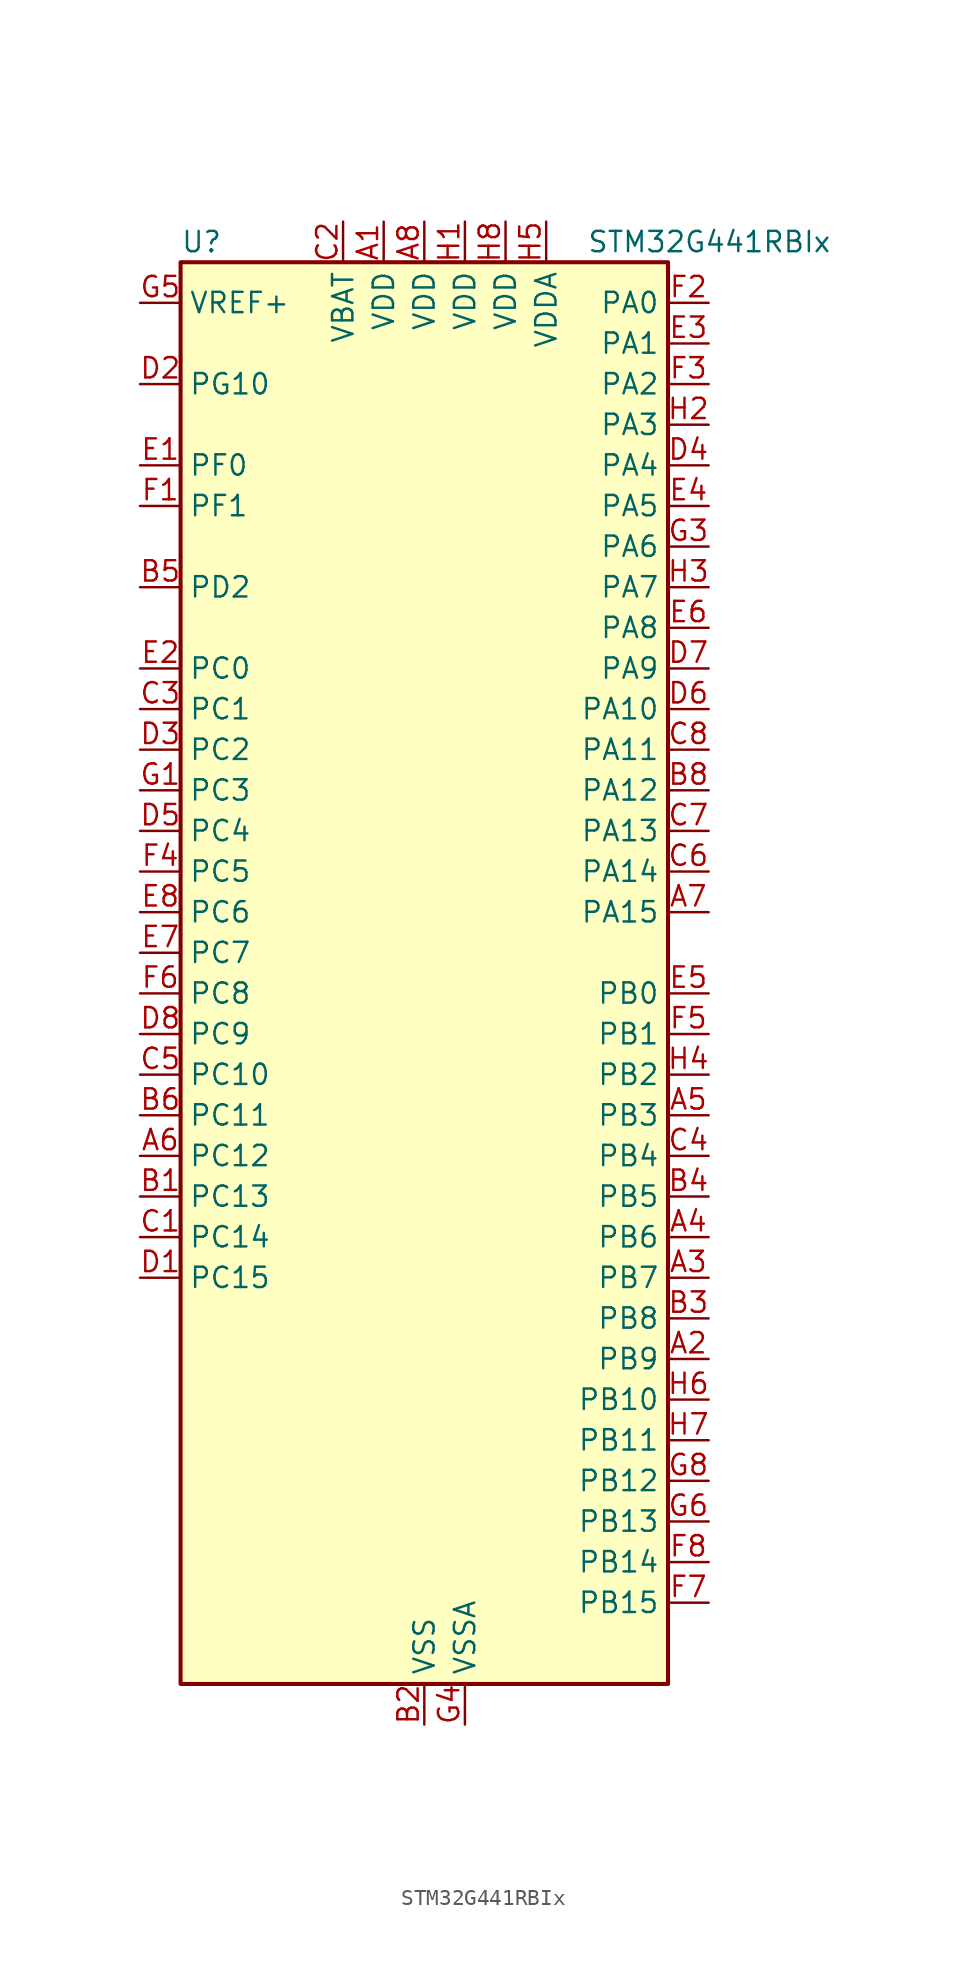
<source format=kicad_sym>
(kicad_symbol_lib
  (version 20231120)
  (generator "kicad_symbol_editor")
  (generator_version "8.0")
  (symbol "STM32G441RBIx"
    (property "Reference" "U"
      (at -15.24 46.99 0)
      (effects (font (size 1.27 1.27)) (justify left)))
    (property "Value" "STM32G441RBIx"
      (at 10.16 46.99 0)
      (effects (font (size 1.27 1.27)) (justify left)))
    (property "ki_locked" ""
      (at 0 0 0)
      (effects (font (size 1.27 1.27))))
    (symbol "STM32G441RBIx_0_1"
      (rectangle (start -15.24 -43.18) (end 15.24 45.72) (stroke (width 0.254) (type default)) (fill (type background))))
    (symbol "STM32G441RBIx_1_1"
      (pin power_in line (at -2.54 48.26 270) (length 2.54) (name "VDD" (effects (font (size 1.27 1.27)))) (number "A1" (effects (font (size 1.27 1.27)))))
      (pin bidirectional line (at 17.78 -22.86 180) (length 2.54) (name "PB9" (effects (font (size 1.27 1.27)))) (number "A2" (effects (font (size 1.27 1.27)))) (alternate "COMP2_OUT" bidirectional line) (alternate "DAC1_EXTI9" bidirectional line) (alternate "DAC3_EXTI9" bidirectional line) (alternate "FDCAN1_TX" bidirectional line) (alternate "I2C1_SDA" bidirectional line) (alternate "IR_OUT" bidirectional line) (alternate "SAI1_D2" bidirectional line) (alternate "SAI1_FS_A" bidirectional line) (alternate "TIM17_CH1" bidirectional line) (alternate "TIM1_CH3N" bidirectional line) (alternate "TIM4_CH4" bidirectional line) (alternate "TIM8_CH3" bidirectional line) (alternate "USART3_TX" bidirectional line))
      (pin bidirectional line (at 17.78 -17.78 180) (length 2.54) (name "PB7" (effects (font (size 1.27 1.27)))) (number "A3" (effects (font (size 1.27 1.27)))) (alternate "COMP3_OUT" bidirectional line) (alternate "I2C1_SDA" bidirectional line) (alternate "LPTIM1_IN2" bidirectional line) (alternate "SYS_PVD_IN" bidirectional line) (alternate "TIM17_CH1N" bidirectional line) (alternate "TIM3_CH4" bidirectional line) (alternate "TIM4_CH2" bidirectional line) (alternate "TIM8_BKIN" bidirectional line) (alternate "UART4_CTS" bidirectional line) (alternate "USART1_RX" bidirectional line))
      (pin bidirectional line (at 17.78 -15.24 180) (length 2.54) (name "PB6" (effects (font (size 1.27 1.27)))) (number "A4" (effects (font (size 1.27 1.27)))) (alternate "COMP4_OUT" bidirectional line) (alternate "LPTIM1_ETR" bidirectional line) (alternate "SAI1_FS_B" bidirectional line) (alternate "TIM16_CH1N" bidirectional line) (alternate "TIM4_CH1" bidirectional line) (alternate "TIM8_BKIN2" bidirectional line) (alternate "TIM8_CH1" bidirectional line) (alternate "TIM8_ETR" bidirectional line) (alternate "UCPD1_CC1" bidirectional line) (alternate "USART1_TX" bidirectional line))
      (pin bidirectional line (at 17.78 -7.62 180) (length 2.54) (name "PB3" (effects (font (size 1.27 1.27)))) (number "A5" (effects (font (size 1.27 1.27)))) (alternate "CRS_SYNC" bidirectional line) (alternate "I2S3_CK" bidirectional line) (alternate "SAI1_SCK_B" bidirectional line) (alternate "SPI1_SCK" bidirectional line) (alternate "SPI3_SCK" bidirectional line) (alternate "SYS_JTDO-SWO" bidirectional line) (alternate "TIM2_CH2" bidirectional line) (alternate "TIM3_ETR" bidirectional line) (alternate "TIM4_ETR" bidirectional line) (alternate "TIM8_CH1N" bidirectional line) (alternate "USART2_TX" bidirectional line))
      (pin bidirectional line (at -17.78 -10.16 0) (length 2.54) (name "PC12" (effects (font (size 1.27 1.27)))) (number "A6" (effects (font (size 1.27 1.27)))) (alternate "I2S3_SD" bidirectional line) (alternate "SPI3_MOSI" bidirectional line) (alternate "TIM8_CH3N" bidirectional line) (alternate "UCPD1_FRSTX1" bidirectional line) (alternate "UCPD1_FRSTX2" bidirectional line) (alternate "USART3_CK" bidirectional line))
      (pin bidirectional line (at 17.78 5.08 180) (length 2.54) (name "PA15" (effects (font (size 1.27 1.27)))) (number "A7" (effects (font (size 1.27 1.27)))) (alternate "ADC1_EXTI15" bidirectional line) (alternate "ADC2_EXTI15" bidirectional line) (alternate "I2C1_SCL" bidirectional line) (alternate "I2S3_WS" bidirectional line) (alternate "SPI1_NSS" bidirectional line) (alternate "SPI3_NSS" bidirectional line) (alternate "SYS_JTDI" bidirectional line) (alternate "TIM1_BKIN" bidirectional line) (alternate "TIM2_CH1" bidirectional line) (alternate "TIM2_ETR" bidirectional line) (alternate "TIM8_CH1" bidirectional line) (alternate "UART4_DE" bidirectional line) (alternate "UART4_RTS" bidirectional line) (alternate "USART2_RX" bidirectional line))
      (pin power_in line (at 0 48.26 270) (length 2.54) (name "VDD" (effects (font (size 1.27 1.27)))) (number "A8" (effects (font (size 1.27 1.27)))))
      (pin bidirectional line (at -17.78 -12.7 0) (length 2.54) (name "PC13" (effects (font (size 1.27 1.27)))) (number "B1" (effects (font (size 1.27 1.27)))) (alternate "RTC_OUT1" bidirectional line) (alternate "RTC_TAMP1" bidirectional line) (alternate "RTC_TS" bidirectional line) (alternate "SYS_WKUP2" bidirectional line) (alternate "TIM1_BKIN" bidirectional line) (alternate "TIM1_CH1N" bidirectional line) (alternate "TIM8_CH4N" bidirectional line))
      (pin power_in line (at 0 -45.72 90) (length 2.54) (name "VSS" (effects (font (size 1.27 1.27)))) (number "B2" (effects (font (size 1.27 1.27)))))
      (pin bidirectional line (at 17.78 -20.32 180) (length 2.54) (name "PB8" (effects (font (size 1.27 1.27)))) (number "B3" (effects (font (size 1.27 1.27)))) (alternate "COMP1_OUT" bidirectional line) (alternate "FDCAN1_RX" bidirectional line) (alternate "I2C1_SCL" bidirectional line) (alternate "SAI1_CK1" bidirectional line) (alternate "SAI1_MCLK_A" bidirectional line) (alternate "TIM16_CH1" bidirectional line) (alternate "TIM1_BKIN" bidirectional line) (alternate "TIM4_CH3" bidirectional line) (alternate "TIM8_CH2" bidirectional line) (alternate "USART3_RX" bidirectional line))
      (pin bidirectional line (at 17.78 -12.7 180) (length 2.54) (name "PB5" (effects (font (size 1.27 1.27)))) (number "B4" (effects (font (size 1.27 1.27)))) (alternate "I2C1_SMBA" bidirectional line) (alternate "I2C3_SDA" bidirectional line) (alternate "I2S3_SD" bidirectional line) (alternate "LPTIM1_IN1" bidirectional line) (alternate "SAI1_SD_B" bidirectional line) (alternate "SPI1_MOSI" bidirectional line) (alternate "SPI3_MOSI" bidirectional line) (alternate "TIM16_BKIN" bidirectional line) (alternate "TIM17_CH1" bidirectional line) (alternate "TIM3_CH2" bidirectional line) (alternate "TIM8_CH3N" bidirectional line) (alternate "USART2_CK" bidirectional line))
      (pin bidirectional line (at -17.78 25.4 0) (length 2.54) (name "PD2" (effects (font (size 1.27 1.27)))) (number "B5" (effects (font (size 1.27 1.27)))) (alternate "TIM3_ETR" bidirectional line) (alternate "TIM8_BKIN" bidirectional line))
      (pin bidirectional line (at -17.78 -7.62 0) (length 2.54) (name "PC11" (effects (font (size 1.27 1.27)))) (number "B6" (effects (font (size 1.27 1.27)))) (alternate "ADC1_EXTI11" bidirectional line) (alternate "ADC2_EXTI11" bidirectional line) (alternate "I2C3_SDA" bidirectional line) (alternate "SPI3_MISO" bidirectional line) (alternate "TIM8_CH2N" bidirectional line) (alternate "UART4_RX" bidirectional line) (alternate "USART3_RX" bidirectional line))
      (pin passive line (at 0 -45.72 90) (length 2.54) hide (name "VSS" (effects (font (size 1.27 1.27)))) (number "B7" (effects (font (size 1.27 1.27)))))
      (pin bidirectional line (at 17.78 12.7 180) (length 2.54) (name "PA12" (effects (font (size 1.27 1.27)))) (number "B8" (effects (font (size 1.27 1.27)))) (alternate "COMP2_OUT" bidirectional line) (alternate "FDCAN1_TX" bidirectional line) (alternate "I2S_CKIN" bidirectional line) (alternate "TIM16_CH1" bidirectional line) (alternate "TIM1_CH2N" bidirectional line) (alternate "TIM1_ETR" bidirectional line) (alternate "TIM4_CH2" bidirectional line) (alternate "USART1_DE" bidirectional line) (alternate "USART1_RTS" bidirectional line) (alternate "USB_DP" bidirectional line))
      (pin bidirectional line (at -17.78 -15.24 0) (length 2.54) (name "PC14" (effects (font (size 1.27 1.27)))) (number "C1" (effects (font (size 1.27 1.27)))) (alternate "RCC_OSC32_IN" bidirectional line))
      (pin power_in line (at -5.08 48.26 270) (length 2.54) (name "VBAT" (effects (font (size 1.27 1.27)))) (number "C2" (effects (font (size 1.27 1.27)))))
      (pin bidirectional line (at -17.78 17.78 0) (length 2.54) (name "PC1" (effects (font (size 1.27 1.27)))) (number "C3" (effects (font (size 1.27 1.27)))) (alternate "ADC1_IN7" bidirectional line) (alternate "ADC2_IN7" bidirectional line) (alternate "COMP3_INP" bidirectional line) (alternate "LPTIM1_OUT" bidirectional line) (alternate "LPUART1_TX" bidirectional line) (alternate "SAI1_SD_A" bidirectional line) (alternate "TIM1_CH2" bidirectional line))
      (pin bidirectional line (at 17.78 -10.16 180) (length 2.54) (name "PB4" (effects (font (size 1.27 1.27)))) (number "C4" (effects (font (size 1.27 1.27)))) (alternate "SAI1_MCLK_B" bidirectional line) (alternate "SPI1_MISO" bidirectional line) (alternate "SPI3_MISO" bidirectional line) (alternate "SYS_JTRST" bidirectional line) (alternate "TIM16_CH1" bidirectional line) (alternate "TIM17_BKIN" bidirectional line) (alternate "TIM3_CH1" bidirectional line) (alternate "TIM8_CH2N" bidirectional line) (alternate "UCPD1_CC2" bidirectional line) (alternate "USART2_RX" bidirectional line))
      (pin bidirectional line (at -17.78 -5.08 0) (length 2.54) (name "PC10" (effects (font (size 1.27 1.27)))) (number "C5" (effects (font (size 1.27 1.27)))) (alternate "DAC1_EXTI10" bidirectional line) (alternate "DAC3_EXTI10" bidirectional line) (alternate "I2S3_CK" bidirectional line) (alternate "SPI3_SCK" bidirectional line) (alternate "TIM8_CH1N" bidirectional line) (alternate "UART4_TX" bidirectional line) (alternate "USART3_TX" bidirectional line))
      (pin bidirectional line (at 17.78 7.62 180) (length 2.54) (name "PA14" (effects (font (size 1.27 1.27)))) (number "C6" (effects (font (size 1.27 1.27)))) (alternate "I2C1_SDA" bidirectional line) (alternate "LPTIM1_OUT" bidirectional line) (alternate "SAI1_FS_B" bidirectional line) (alternate "SYS_JTCK-SWCLK" bidirectional line) (alternate "TIM1_BKIN" bidirectional line) (alternate "TIM8_CH2" bidirectional line) (alternate "USART2_TX" bidirectional line))
      (pin bidirectional line (at 17.78 10.16 180) (length 2.54) (name "PA13" (effects (font (size 1.27 1.27)))) (number "C7" (effects (font (size 1.27 1.27)))) (alternate "I2C1_SCL" bidirectional line) (alternate "IR_OUT" bidirectional line) (alternate "SAI1_SD_B" bidirectional line) (alternate "SYS_JTMS-SWDIO" bidirectional line) (alternate "TIM16_CH1N" bidirectional line) (alternate "TIM4_CH3" bidirectional line) (alternate "USART3_CTS" bidirectional line) (alternate "USART3_NSS" bidirectional line))
      (pin bidirectional line (at 17.78 15.24 180) (length 2.54) (name "PA11" (effects (font (size 1.27 1.27)))) (number "C8" (effects (font (size 1.27 1.27)))) (alternate "ADC1_EXTI11" bidirectional line) (alternate "ADC2_EXTI11" bidirectional line) (alternate "COMP1_OUT" bidirectional line) (alternate "FDCAN1_RX" bidirectional line) (alternate "I2S2_SD" bidirectional line) (alternate "SPI2_MOSI" bidirectional line) (alternate "TIM1_BKIN2" bidirectional line) (alternate "TIM1_CH1N" bidirectional line) (alternate "TIM1_CH4" bidirectional line) (alternate "TIM4_CH1" bidirectional line) (alternate "USART1_CTS" bidirectional line) (alternate "USART1_NSS" bidirectional line) (alternate "USB_DM" bidirectional line))
      (pin bidirectional line (at -17.78 -17.78 0) (length 2.54) (name "PC15" (effects (font (size 1.27 1.27)))) (number "D1" (effects (font (size 1.27 1.27)))) (alternate "ADC1_EXTI15" bidirectional line) (alternate "ADC2_EXTI15" bidirectional line) (alternate "RCC_OSC32_OUT" bidirectional line))
      (pin bidirectional line (at -17.78 38.1 0) (length 2.54) (name "PG10" (effects (font (size 1.27 1.27)))) (number "D2" (effects (font (size 1.27 1.27)))) (alternate "DAC1_EXTI10" bidirectional line) (alternate "DAC3_EXTI10" bidirectional line) (alternate "RCC_MCO" bidirectional line))
      (pin bidirectional line (at -17.78 15.24 0) (length 2.54) (name "PC2" (effects (font (size 1.27 1.27)))) (number "D3" (effects (font (size 1.27 1.27)))) (alternate "ADC1_IN8" bidirectional line) (alternate "ADC2_IN8" bidirectional line) (alternate "COMP3_OUT" bidirectional line) (alternate "LPTIM1_IN2" bidirectional line) (alternate "TIM1_CH3" bidirectional line))
      (pin bidirectional line (at 17.78 33.02 180) (length 2.54) (name "PA4" (effects (font (size 1.27 1.27)))) (number "D4" (effects (font (size 1.27 1.27)))) (alternate "ADC2_IN17" bidirectional line) (alternate "COMP1_INM" bidirectional line) (alternate "DAC1_OUT1" bidirectional line) (alternate "I2S3_WS" bidirectional line) (alternate "SAI1_FS_B" bidirectional line) (alternate "SPI1_NSS" bidirectional line) (alternate "SPI3_NSS" bidirectional line) (alternate "TIM3_CH2" bidirectional line) (alternate "USART2_CK" bidirectional line))
      (pin bidirectional line (at -17.78 10.16 0) (length 2.54) (name "PC4" (effects (font (size 1.27 1.27)))) (number "D5" (effects (font (size 1.27 1.27)))) (alternate "ADC2_IN5" bidirectional line) (alternate "I2C2_SCL" bidirectional line) (alternate "TIM1_ETR" bidirectional line) (alternate "USART1_TX" bidirectional line))
      (pin bidirectional line (at 17.78 17.78 180) (length 2.54) (name "PA10" (effects (font (size 1.27 1.27)))) (number "D6" (effects (font (size 1.27 1.27)))) (alternate "CRS_SYNC" bidirectional line) (alternate "DAC1_EXTI10" bidirectional line) (alternate "DAC3_EXTI10" bidirectional line) (alternate "I2C2_SMBA" bidirectional line) (alternate "SAI1_D1" bidirectional line) (alternate "SAI1_SD_A" bidirectional line) (alternate "SPI2_MISO" bidirectional line) (alternate "TIM17_BKIN" bidirectional line) (alternate "TIM1_CH3" bidirectional line) (alternate "TIM2_CH4" bidirectional line) (alternate "TIM8_BKIN" bidirectional line) (alternate "UCPD1_DBCC2" bidirectional line) (alternate "USART1_RX" bidirectional line))
      (pin bidirectional line (at 17.78 20.32 180) (length 2.54) (name "PA9" (effects (font (size 1.27 1.27)))) (number "D7" (effects (font (size 1.27 1.27)))) (alternate "DAC1_EXTI9" bidirectional line) (alternate "DAC3_EXTI9" bidirectional line) (alternate "I2C2_SCL" bidirectional line) (alternate "I2C3_SMBA" bidirectional line) (alternate "I2S3_MCK" bidirectional line) (alternate "SAI1_FS_A" bidirectional line) (alternate "TIM15_BKIN" bidirectional line) (alternate "TIM1_CH2" bidirectional line) (alternate "TIM2_CH3" bidirectional line) (alternate "UCPD1_DBCC1" bidirectional line) (alternate "USART1_TX" bidirectional line))
      (pin bidirectional line (at -17.78 -2.54 0) (length 2.54) (name "PC9" (effects (font (size 1.27 1.27)))) (number "D8" (effects (font (size 1.27 1.27)))) (alternate "DAC1_EXTI9" bidirectional line) (alternate "DAC3_EXTI9" bidirectional line) (alternate "I2C3_SDA" bidirectional line) (alternate "I2S_CKIN" bidirectional line) (alternate "TIM3_CH4" bidirectional line) (alternate "TIM8_BKIN2" bidirectional line) (alternate "TIM8_CH4" bidirectional line))
      (pin bidirectional line (at -17.78 33.02 0) (length 2.54) (name "PF0" (effects (font (size 1.27 1.27)))) (number "E1" (effects (font (size 1.27 1.27)))) (alternate "ADC1_IN10" bidirectional line) (alternate "I2C2_SDA" bidirectional line) (alternate "I2S2_WS" bidirectional line) (alternate "RCC_OSC_IN" bidirectional line) (alternate "SPI2_NSS" bidirectional line) (alternate "TIM1_CH3N" bidirectional line))
      (pin bidirectional line (at -17.78 20.32 0) (length 2.54) (name "PC0" (effects (font (size 1.27 1.27)))) (number "E2" (effects (font (size 1.27 1.27)))) (alternate "ADC1_IN6" bidirectional line) (alternate "ADC2_IN6" bidirectional line) (alternate "COMP3_INM" bidirectional line) (alternate "LPTIM1_IN1" bidirectional line) (alternate "LPUART1_RX" bidirectional line) (alternate "TIM1_CH1" bidirectional line))
      (pin bidirectional line (at 17.78 40.64 180) (length 2.54) (name "PA1" (effects (font (size 1.27 1.27)))) (number "E3" (effects (font (size 1.27 1.27)))) (alternate "ADC1_IN2" bidirectional line) (alternate "ADC2_IN2" bidirectional line) (alternate "COMP1_INP" bidirectional line) (alternate "OPAMP1_VINP" bidirectional line) (alternate "OPAMP1_VINP_SEC" bidirectional line) (alternate "OPAMP3_VINP" bidirectional line) (alternate "OPAMP3_VINP_SEC" bidirectional line) (alternate "RTC_REFIN" bidirectional line) (alternate "TIM15_CH1N" bidirectional line) (alternate "TIM2_CH2" bidirectional line) (alternate "USART2_DE" bidirectional line) (alternate "USART2_RTS" bidirectional line))
      (pin bidirectional line (at 17.78 30.48 180) (length 2.54) (name "PA5" (effects (font (size 1.27 1.27)))) (number "E4" (effects (font (size 1.27 1.27)))) (alternate "ADC2_IN13" bidirectional line) (alternate "COMP2_INM" bidirectional line) (alternate "DAC1_OUT2" bidirectional line) (alternate "OPAMP2_VINM" bidirectional line) (alternate "OPAMP2_VINM0" bidirectional line) (alternate "OPAMP2_VINM_SEC" bidirectional line) (alternate "SPI1_SCK" bidirectional line) (alternate "TIM2_CH1" bidirectional line) (alternate "TIM2_ETR" bidirectional line) (alternate "UCPD1_FRSTX1" bidirectional line) (alternate "UCPD1_FRSTX2" bidirectional line))
      (pin bidirectional line (at 17.78 0 180) (length 2.54) (name "PB0" (effects (font (size 1.27 1.27)))) (number "E5" (effects (font (size 1.27 1.27)))) (alternate "ADC1_IN15" bidirectional line) (alternate "COMP4_INP" bidirectional line) (alternate "OPAMP2_VINP" bidirectional line) (alternate "OPAMP2_VINP_SEC" bidirectional line) (alternate "OPAMP3_VINP" bidirectional line) (alternate "OPAMP3_VINP_SEC" bidirectional line) (alternate "TIM1_CH2N" bidirectional line) (alternate "TIM3_CH3" bidirectional line) (alternate "TIM8_CH2N" bidirectional line) (alternate "UCPD1_FRSTX1" bidirectional line) (alternate "UCPD1_FRSTX2" bidirectional line))
      (pin bidirectional line (at 17.78 22.86 180) (length 2.54) (name "PA8" (effects (font (size 1.27 1.27)))) (number "E6" (effects (font (size 1.27 1.27)))) (alternate "I2C2_SDA" bidirectional line) (alternate "I2C3_SCL" bidirectional line) (alternate "I2S2_MCK" bidirectional line) (alternate "RCC_MCO" bidirectional line) (alternate "SAI1_CK2" bidirectional line) (alternate "SAI1_SCK_A" bidirectional line) (alternate "TIM1_CH1" bidirectional line) (alternate "TIM4_ETR" bidirectional line) (alternate "USART1_CK" bidirectional line))
      (pin bidirectional line (at -17.78 2.54 0) (length 2.54) (name "PC7" (effects (font (size 1.27 1.27)))) (number "E7" (effects (font (size 1.27 1.27)))) (alternate "I2S3_MCK" bidirectional line) (alternate "TIM3_CH2" bidirectional line) (alternate "TIM8_CH2" bidirectional line))
      (pin bidirectional line (at -17.78 5.08 0) (length 2.54) (name "PC6" (effects (font (size 1.27 1.27)))) (number "E8" (effects (font (size 1.27 1.27)))) (alternate "I2S2_MCK" bidirectional line) (alternate "TIM3_CH1" bidirectional line) (alternate "TIM8_CH1" bidirectional line))
      (pin bidirectional line (at -17.78 30.48 0) (length 2.54) (name "PF1" (effects (font (size 1.27 1.27)))) (number "F1" (effects (font (size 1.27 1.27)))) (alternate "ADC2_IN10" bidirectional line) (alternate "COMP3_INM" bidirectional line) (alternate "I2S2_CK" bidirectional line) (alternate "RCC_OSC_OUT" bidirectional line) (alternate "SPI2_SCK" bidirectional line))
      (pin bidirectional line (at 17.78 43.18 180) (length 2.54) (name "PA0" (effects (font (size 1.27 1.27)))) (number "F2" (effects (font (size 1.27 1.27)))) (alternate "ADC1_IN1" bidirectional line) (alternate "ADC2_IN1" bidirectional line) (alternate "COMP1_INM" bidirectional line) (alternate "COMP1_OUT" bidirectional line) (alternate "COMP3_INP" bidirectional line) (alternate "RTC_TAMP2" bidirectional line) (alternate "SYS_WKUP1" bidirectional line) (alternate "TIM2_CH1" bidirectional line) (alternate "TIM2_ETR" bidirectional line) (alternate "TIM8_BKIN" bidirectional line) (alternate "TIM8_ETR" bidirectional line) (alternate "USART2_CTS" bidirectional line) (alternate "USART2_NSS" bidirectional line))
      (pin bidirectional line (at 17.78 38.1 180) (length 2.54) (name "PA2" (effects (font (size 1.27 1.27)))) (number "F3" (effects (font (size 1.27 1.27)))) (alternate "ADC1_IN3" bidirectional line) (alternate "COMP2_INM" bidirectional line) (alternate "COMP2_OUT" bidirectional line) (alternate "LPUART1_TX" bidirectional line) (alternate "OPAMP1_VOUT" bidirectional line) (alternate "RCC_LSCO" bidirectional line) (alternate "SYS_WKUP4" bidirectional line) (alternate "TIM15_CH1" bidirectional line) (alternate "TIM2_CH3" bidirectional line) (alternate "UCPD1_FRSTX1" bidirectional line) (alternate "UCPD1_FRSTX2" bidirectional line) (alternate "USART2_TX" bidirectional line))
      (pin bidirectional line (at -17.78 7.62 0) (length 2.54) (name "PC5" (effects (font (size 1.27 1.27)))) (number "F4" (effects (font (size 1.27 1.27)))) (alternate "ADC2_IN11" bidirectional line) (alternate "OPAMP1_VINM" bidirectional line) (alternate "OPAMP1_VINM1" bidirectional line) (alternate "OPAMP1_VINM_SEC" bidirectional line) (alternate "OPAMP2_VINM" bidirectional line) (alternate "OPAMP2_VINM1" bidirectional line) (alternate "OPAMP2_VINM_SEC" bidirectional line) (alternate "SAI1_D3" bidirectional line) (alternate "SYS_WKUP5" bidirectional line) (alternate "TIM15_BKIN" bidirectional line) (alternate "TIM1_CH4N" bidirectional line) (alternate "USART1_RX" bidirectional line))
      (pin bidirectional line (at 17.78 -2.54 180) (length 2.54) (name "PB1" (effects (font (size 1.27 1.27)))) (number "F5" (effects (font (size 1.27 1.27)))) (alternate "ADC1_IN12" bidirectional line) (alternate "COMP1_INP" bidirectional line) (alternate "COMP4_OUT" bidirectional line) (alternate "LPUART1_DE" bidirectional line) (alternate "LPUART1_RTS" bidirectional line) (alternate "OPAMP3_VOUT" bidirectional line) (alternate "TIM1_CH3N" bidirectional line) (alternate "TIM3_CH4" bidirectional line) (alternate "TIM8_CH3N" bidirectional line))
      (pin bidirectional line (at -17.78 0 0) (length 2.54) (name "PC8" (effects (font (size 1.27 1.27)))) (number "F6" (effects (font (size 1.27 1.27)))) (alternate "I2C3_SCL" bidirectional line) (alternate "TIM3_CH3" bidirectional line) (alternate "TIM8_CH3" bidirectional line))
      (pin bidirectional line (at 17.78 -38.1 180) (length 2.54) (name "PB15" (effects (font (size 1.27 1.27)))) (number "F7" (effects (font (size 1.27 1.27)))) (alternate "ADC1_EXTI15" bidirectional line) (alternate "ADC2_EXTI15" bidirectional line) (alternate "ADC2_IN15" bidirectional line) (alternate "COMP3_OUT" bidirectional line) (alternate "I2S2_SD" bidirectional line) (alternate "RTC_REFIN" bidirectional line) (alternate "SPI2_MOSI" bidirectional line) (alternate "TIM15_CH1N" bidirectional line) (alternate "TIM15_CH2" bidirectional line) (alternate "TIM1_CH3N" bidirectional line))
      (pin bidirectional line (at 17.78 -35.56 180) (length 2.54) (name "PB14" (effects (font (size 1.27 1.27)))) (number "F8" (effects (font (size 1.27 1.27)))) (alternate "ADC1_IN5" bidirectional line) (alternate "COMP4_OUT" bidirectional line) (alternate "OPAMP2_VINP" bidirectional line) (alternate "OPAMP2_VINP_SEC" bidirectional line) (alternate "SPI2_MISO" bidirectional line) (alternate "TIM15_CH1" bidirectional line) (alternate "TIM1_CH2N" bidirectional line) (alternate "USART3_DE" bidirectional line) (alternate "USART3_RTS" bidirectional line))
      (pin bidirectional line (at -17.78 12.7 0) (length 2.54) (name "PC3" (effects (font (size 1.27 1.27)))) (number "G1" (effects (font (size 1.27 1.27)))) (alternate "ADC1_IN9" bidirectional line) (alternate "ADC2_IN9" bidirectional line) (alternate "LPTIM1_ETR" bidirectional line) (alternate "SAI1_D1" bidirectional line) (alternate "SAI1_SD_A" bidirectional line) (alternate "TIM1_BKIN2" bidirectional line) (alternate "TIM1_CH4" bidirectional line))
      (pin passive line (at 0 -45.72 90) (length 2.54) hide (name "VSS" (effects (font (size 1.27 1.27)))) (number "G2" (effects (font (size 1.27 1.27)))))
      (pin bidirectional line (at 17.78 27.94 180) (length 2.54) (name "PA6" (effects (font (size 1.27 1.27)))) (number "G3" (effects (font (size 1.27 1.27)))) (alternate "ADC2_IN3" bidirectional line) (alternate "COMP1_OUT" bidirectional line) (alternate "LPUART1_CTS" bidirectional line) (alternate "OPAMP2_VOUT" bidirectional line) (alternate "SPI1_MISO" bidirectional line) (alternate "TIM16_CH1" bidirectional line) (alternate "TIM1_BKIN" bidirectional line) (alternate "TIM3_CH1" bidirectional line) (alternate "TIM8_BKIN" bidirectional line))
      (pin power_in line (at 2.54 -45.72 90) (length 2.54) (name "VSSA" (effects (font (size 1.27 1.27)))) (number "G4" (effects (font (size 1.27 1.27)))))
      (pin input line (at -17.78 43.18 0) (length 2.54) (name "VREF+" (effects (font (size 1.27 1.27)))) (number "G5" (effects (font (size 1.27 1.27)))) (alternate "VREFBUF_OUT" bidirectional line))
      (pin bidirectional line (at 17.78 -33.02 180) (length 2.54) (name "PB13" (effects (font (size 1.27 1.27)))) (number "G6" (effects (font (size 1.27 1.27)))) (alternate "I2S2_CK" bidirectional line) (alternate "LPUART1_CTS" bidirectional line) (alternate "OPAMP3_VINP" bidirectional line) (alternate "OPAMP3_VINP_SEC" bidirectional line) (alternate "SPI2_SCK" bidirectional line) (alternate "TIM1_CH1N" bidirectional line) (alternate "USART3_CTS" bidirectional line) (alternate "USART3_NSS" bidirectional line))
      (pin passive line (at 0 -45.72 90) (length 2.54) hide (name "VSS" (effects (font (size 1.27 1.27)))) (number "G7" (effects (font (size 1.27 1.27)))))
      (pin bidirectional line (at 17.78 -30.48 180) (length 2.54) (name "PB12" (effects (font (size 1.27 1.27)))) (number "G8" (effects (font (size 1.27 1.27)))) (alternate "ADC1_IN11" bidirectional line) (alternate "I2C2_SMBA" bidirectional line) (alternate "I2S2_WS" bidirectional line) (alternate "LPUART1_DE" bidirectional line) (alternate "LPUART1_RTS" bidirectional line) (alternate "SPI2_NSS" bidirectional line) (alternate "TIM1_BKIN" bidirectional line) (alternate "USART3_CK" bidirectional line))
      (pin power_in line (at 2.54 48.26 270) (length 2.54) (name "VDD" (effects (font (size 1.27 1.27)))) (number "H1" (effects (font (size 1.27 1.27)))))
      (pin bidirectional line (at 17.78 35.56 180) (length 2.54) (name "PA3" (effects (font (size 1.27 1.27)))) (number "H2" (effects (font (size 1.27 1.27)))) (alternate "ADC1_IN4" bidirectional line) (alternate "COMP2_INP" bidirectional line) (alternate "LPUART1_RX" bidirectional line) (alternate "OPAMP1_VINM" bidirectional line) (alternate "OPAMP1_VINM0" bidirectional line) (alternate "OPAMP1_VINM_SEC" bidirectional line) (alternate "OPAMP1_VINP" bidirectional line) (alternate "OPAMP1_VINP_SEC" bidirectional line) (alternate "SAI1_CK1" bidirectional line) (alternate "SAI1_MCLK_A" bidirectional line) (alternate "TIM15_CH2" bidirectional line) (alternate "TIM2_CH4" bidirectional line) (alternate "USART2_RX" bidirectional line))
      (pin bidirectional line (at 17.78 25.4 180) (length 2.54) (name "PA7" (effects (font (size 1.27 1.27)))) (number "H3" (effects (font (size 1.27 1.27)))) (alternate "ADC2_IN4" bidirectional line) (alternate "COMP2_INP" bidirectional line) (alternate "COMP2_OUT" bidirectional line) (alternate "OPAMP1_VINP" bidirectional line) (alternate "OPAMP1_VINP_SEC" bidirectional line) (alternate "OPAMP2_VINP" bidirectional line) (alternate "OPAMP2_VINP_SEC" bidirectional line) (alternate "SPI1_MOSI" bidirectional line) (alternate "TIM17_CH1" bidirectional line) (alternate "TIM1_CH1N" bidirectional line) (alternate "TIM3_CH2" bidirectional line) (alternate "TIM8_CH1N" bidirectional line) (alternate "UCPD1_FRSTX1" bidirectional line) (alternate "UCPD1_FRSTX2" bidirectional line))
      (pin bidirectional line (at 17.78 -5.08 180) (length 2.54) (name "PB2" (effects (font (size 1.27 1.27)))) (number "H4" (effects (font (size 1.27 1.27)))) (alternate "ADC2_IN12" bidirectional line) (alternate "COMP4_INM" bidirectional line) (alternate "I2C3_SMBA" bidirectional line) (alternate "LPTIM1_OUT" bidirectional line) (alternate "OPAMP3_VINM" bidirectional line) (alternate "OPAMP3_VINM0" bidirectional line) (alternate "OPAMP3_VINM_SEC" bidirectional line) (alternate "RTC_OUT2" bidirectional line))
      (pin power_in line (at 7.62 48.26 270) (length 2.54) (name "VDDA" (effects (font (size 1.27 1.27)))) (number "H5" (effects (font (size 1.27 1.27)))))
      (pin bidirectional line (at 17.78 -25.4 180) (length 2.54) (name "PB10" (effects (font (size 1.27 1.27)))) (number "H6" (effects (font (size 1.27 1.27)))) (alternate "DAC1_EXTI10" bidirectional line) (alternate "DAC3_EXTI10" bidirectional line) (alternate "LPUART1_RX" bidirectional line) (alternate "OPAMP3_VINM" bidirectional line) (alternate "OPAMP3_VINM1" bidirectional line) (alternate "OPAMP3_VINM_SEC" bidirectional line) (alternate "SAI1_SCK_A" bidirectional line) (alternate "TIM1_BKIN" bidirectional line) (alternate "TIM2_CH3" bidirectional line) (alternate "USART3_TX" bidirectional line))
      (pin bidirectional line (at 17.78 -27.94 180) (length 2.54) (name "PB11" (effects (font (size 1.27 1.27)))) (number "H7" (effects (font (size 1.27 1.27)))) (alternate "ADC1_EXTI11" bidirectional line) (alternate "ADC1_IN14" bidirectional line) (alternate "ADC2_EXTI11" bidirectional line) (alternate "ADC2_IN14" bidirectional line) (alternate "LPUART1_TX" bidirectional line) (alternate "TIM2_CH4" bidirectional line) (alternate "USART3_RX" bidirectional line))
      (pin power_in line (at 5.08 48.26 270) (length 2.54) (name "VDD" (effects (font (size 1.27 1.27)))) (number "H8" (effects (font (size 1.27 1.27))))))))
</source>
